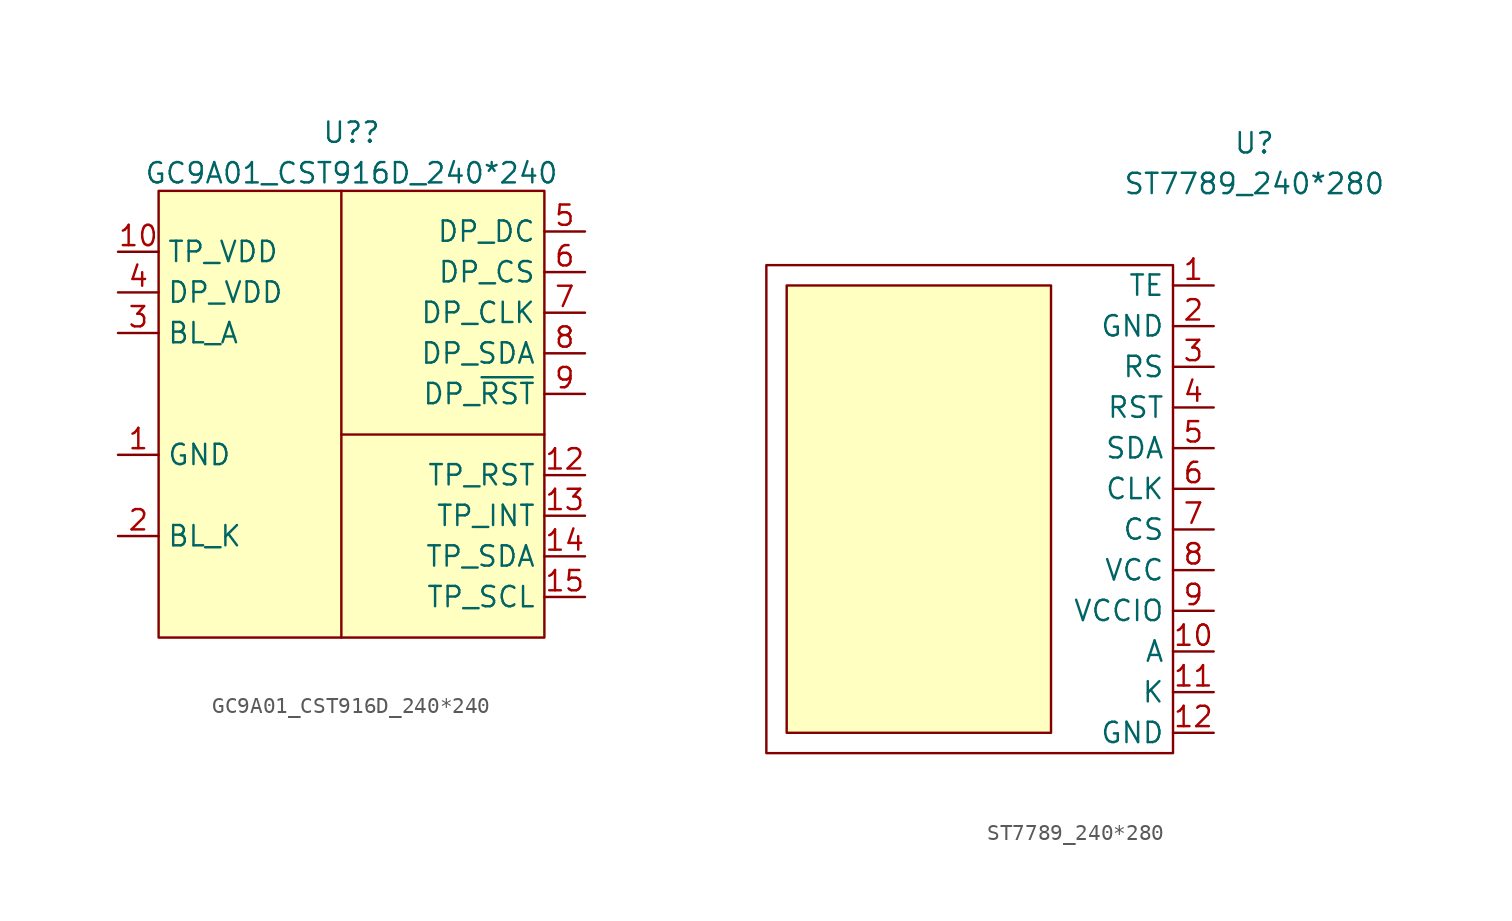
<source format=kicad_sym>
(kicad_symbol_lib
  (version 20211014)
  (generator kicad_symbol_editor)
  (symbol "GC9A01_CST916D_240*240"
    (property "Reference" "U?"
      (at 0.635 3.649 0)
      (effects (font (size 1.27 1.27))))
    (property "Value" "GC9A01_CST916D_240*240"
      (at 0.635 1.112 0)
      (effects (font (size 1.27 1.27))))
    (symbol "GC9A01_CST916D_240*240_0_0"
      (pin passive line (at -13.97 -16.51 0) (length 2.54) (name "GND" (effects (font (size 1.27 1.27)))) (number "1" (effects (font (size 1.27 1.27)))))
      (pin power_in line (at -13.97 -3.81 0) (length 2.54) (name "TP_VDD" (effects (font (size 1.27 1.27)))) (number "10" (effects (font (size 1.27 1.27)))))
      (pin passive line (at -13.97 -16.51 0) (length 2.54) hide (name "GND" (effects (font (size 1.27 1.27)))) (number "11" (effects (font (size 1.27 1.27)))))
      (pin input line (at 15.24 -17.78 180) (length 2.54) (name "TP_RST" (effects (font (size 1.27 1.27)))) (number "12" (effects (font (size 1.27 1.27)))))
      (pin input line (at 15.24 -20.32 180) (length 2.54) (name "TP_INT" (effects (font (size 1.27 1.27)))) (number "13" (effects (font (size 1.27 1.27)))))
      (pin bidirectional line (at 15.24 -22.86 180) (length 2.54) (name "TP_SDA" (effects (font (size 1.27 1.27)))) (number "14" (effects (font (size 1.27 1.27)))))
      (pin input line (at 15.24 -25.4 180) (length 2.54) (name "TP_SCL" (effects (font (size 1.27 1.27)))) (number "15" (effects (font (size 1.27 1.27)))))
      (pin output line (at -13.97 -21.59 0) (length 2.54) (name "BL_K" (effects (font (size 1.27 1.27)))) (number "2" (effects (font (size 1.27 1.27)))))
      (pin input line (at -13.97 -8.89 0) (length 2.54) (name "BL_A" (effects (font (size 1.27 1.27)))) (number "3" (effects (font (size 1.27 1.27)))))
      (pin power_in line (at -13.97 -6.35 0) (length 2.54) (name "DP_VDD" (effects (font (size 1.27 1.27)))) (number "4" (effects (font (size 1.27 1.27)))))
      (pin input line (at 15.24 -2.54 180) (length 2.54) (name "DP_DC" (effects (font (size 1.27 1.27)))) (number "5" (effects (font (size 1.27 1.27)))))
      (pin input line (at 15.24 -5.08 180) (length 2.54) (name "DP_CS" (effects (font (size 1.27 1.27)))) (number "6" (effects (font (size 1.27 1.27)))))
      (pin input line (at 15.24 -7.62 180) (length 2.54) (name "DP_CLK" (effects (font (size 1.27 1.27)))) (number "7" (effects (font (size 1.27 1.27)))))
      (pin input line (at 15.24 -10.16 180) (length 2.54) (name "DP_SDA" (effects (font (size 1.27 1.27)))) (number "8" (effects (font (size 1.27 1.27)))))
      (pin input line (at 15.24 -12.7 180) (length 2.54) (name "DP_~{RST}" (effects (font (size 1.27 1.27)))) (number "9" (effects (font (size 1.27 1.27)))))
      (pin passive line (at -13.97 -16.51 0) (length 2.54) hide (name "MP" (effects (font (size 1.27 1.27)))) (number "MP" (effects (font (size 1.27 1.27))))))
    (symbol "GC9A01_CST916D_240*240_0_1"
      (rectangle (start -11.43 0) (end 12.7 -27.94) (stroke (width 0.152) (type default) (color 0 0 0 0)) (fill (type background)))
      (polyline (pts (xy 0 -15.24) (xy 0 -27.94)) (stroke (width 0.152) (type default) (color 0 0 0 0)) (fill (type none)))
      (polyline (pts (xy 0 0) (xy 0 -15.24) (xy 12.7 -15.24)) (stroke (width 0.152) (type default) (color 0 0 0 0)) (fill (type none)))))
  (symbol "ST7789_240*280"
    (property "Reference" "U"
      (at 0 3.81 0)
      (effects (font (size 1.27 1.27))))
    (property "Value" "ST7789_240*280"
      (at 0 1.27 0)
      (effects (font (size 1.27 1.27))))
    (symbol "ST7789_240*280_0_0"
      (pin unspecified line (at -2.54 -5.08 180) (length 2.54) (name "TE" (effects (font (size 1.27 1.27)))) (number "1" (effects (font (size 1.27 1.27)))))
      (pin unspecified line (at -2.54 -27.94 180) (length 2.54) (name "A" (effects (font (size 1.27 1.27)))) (number "10" (effects (font (size 1.27 1.27)))))
      (pin unspecified line (at -2.54 -30.48 180) (length 2.54) (name "K" (effects (font (size 1.27 1.27)))) (number "11" (effects (font (size 1.27 1.27)))))
      (pin unspecified line (at -2.54 -33.02 180) (length 2.54) (name "GND" (effects (font (size 1.27 1.27)))) (number "12" (effects (font (size 1.27 1.27)))))
      (pin unspecified line (at -2.54 -7.62 180) (length 2.54) (name "GND" (effects (font (size 1.27 1.27)))) (number "2" (effects (font (size 1.27 1.27)))))
      (pin unspecified line (at -2.54 -10.16 180) (length 2.54) (name "RS" (effects (font (size 1.27 1.27)))) (number "3" (effects (font (size 1.27 1.27)))))
      (pin unspecified line (at -2.54 -12.7 180) (length 2.54) (name "RST" (effects (font (size 1.27 1.27)))) (number "4" (effects (font (size 1.27 1.27)))))
      (pin unspecified line (at -2.54 -15.24 180) (length 2.54) (name "SDA" (effects (font (size 1.27 1.27)))) (number "5" (effects (font (size 1.27 1.27)))))
      (pin unspecified line (at -2.54 -17.78 180) (length 2.54) (name "CLK" (effects (font (size 1.27 1.27)))) (number "6" (effects (font (size 1.27 1.27)))))
      (pin unspecified line (at -2.54 -20.32 180) (length 2.54) (name "CS" (effects (font (size 1.27 1.27)))) (number "7" (effects (font (size 1.27 1.27)))))
      (pin unspecified line (at -2.54 -22.86 180) (length 2.54) (name "VCC" (effects (font (size 1.27 1.27)))) (number "8" (effects (font (size 1.27 1.27)))))
      (pin unspecified line (at -2.54 -25.4 180) (length 2.54) (name "VCCIO" (effects (font (size 1.27 1.27)))) (number "9" (effects (font (size 1.27 1.27))))))
    (symbol "ST7789_240*280_0_1"
      (rectangle (start -30.48 -3.81) (end -5.08 -34.29) (stroke (width 0.152) (type default) (color 0 0 0 0)) (fill (type none)))
      (rectangle (start -29.21 -5.08) (end -12.7 -33.02) (stroke (width 0.152) (type default) (color 0 0 0 0)) (fill (type background))))))
</source>
